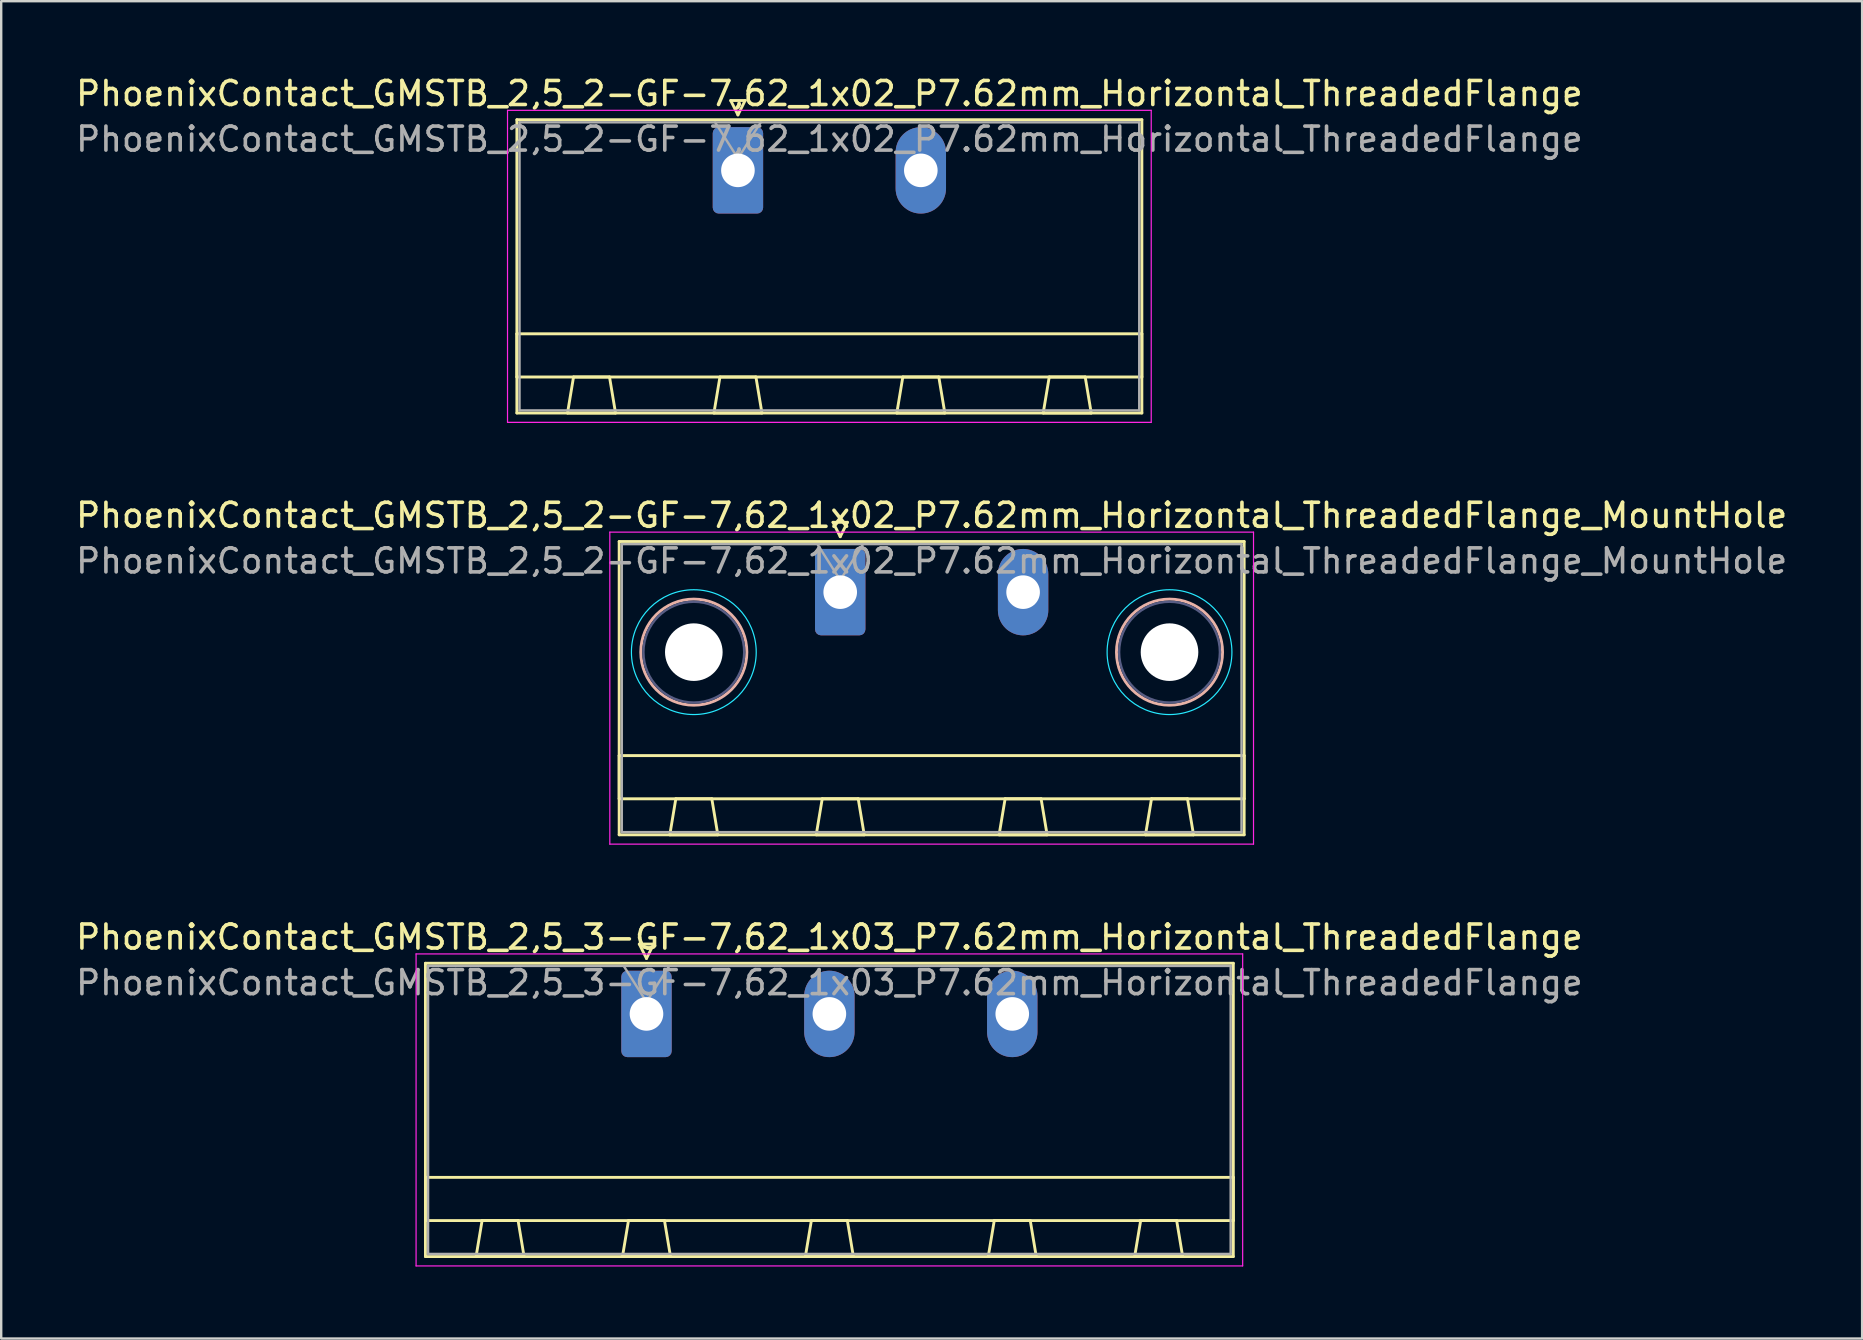
<source format=kicad_pcb>
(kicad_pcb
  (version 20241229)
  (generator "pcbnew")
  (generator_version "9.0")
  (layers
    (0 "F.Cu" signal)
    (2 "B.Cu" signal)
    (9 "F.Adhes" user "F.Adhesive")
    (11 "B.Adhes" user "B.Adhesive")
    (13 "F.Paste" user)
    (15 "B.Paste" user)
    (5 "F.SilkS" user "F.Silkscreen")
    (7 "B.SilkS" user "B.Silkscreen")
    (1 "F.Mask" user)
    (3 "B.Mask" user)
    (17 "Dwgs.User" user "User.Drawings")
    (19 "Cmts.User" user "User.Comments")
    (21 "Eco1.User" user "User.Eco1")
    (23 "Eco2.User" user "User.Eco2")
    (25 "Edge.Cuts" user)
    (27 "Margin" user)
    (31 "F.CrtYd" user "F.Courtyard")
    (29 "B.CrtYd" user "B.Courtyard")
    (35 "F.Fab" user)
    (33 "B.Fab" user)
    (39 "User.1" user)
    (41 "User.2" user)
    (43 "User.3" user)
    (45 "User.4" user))
  (footprint "PhoenixContact_GMSTB_2,5_3-GF-7,62_1x03_P7.62mm_Horizontal_ThreadedFlange"
    (layer "F.Cu")
    (at 23.886 39.195)
    (property "Reference" "PhoenixContact_GMSTB_2,5_3-GF-7,62_1x03_P7.62mm_Horizontal_ThreadedFlange" (at 7.62 -3.2 0) (layer "F.SilkS") (effects (font (size 1 1) (thickness 0.15))))
    (attr through_hole)
    (fp_line (start -9.21 -2.11) (end -9.21 10.11) (stroke (width 0.12) (type solid)) (layer "F.SilkS"))
    (fp_line (start -9.21 6.81) (end 24.45 6.81) (stroke (width 0.12) (type solid)) (layer "F.SilkS"))
    (fp_line (start -9.21 8.61) (end -9.21 6.81) (stroke (width 0.12) (type solid)) (layer "F.SilkS"))
    (fp_line (start -9.21 10.11) (end 24.45 10.11) (stroke (width 0.12) (type solid)) (layer "F.SilkS"))
    (fp_line (start -7.1 10.11) (end -5.1 10.11) (stroke (width 0.12) (type solid)) (layer "F.SilkS"))
    (fp_line (start -6.85 8.61) (end -7.1 10.11) (stroke (width 0.12) (type solid)) (layer "F.SilkS"))
    (fp_line (start -5.35 8.61) (end -6.85 8.61) (stroke (width 0.12) (type solid)) (layer "F.SilkS"))
    (fp_line (start -5.1 10.11) (end -5.35 8.61) (stroke (width 0.12) (type solid)) (layer "F.SilkS"))
    (fp_line (start -1 10.11) (end 1 10.11) (stroke (width 0.12) (type solid)) (layer "F.SilkS"))
    (fp_line (start -0.75 8.61) (end -1 10.11) (stroke (width 0.12) (type solid)) (layer "F.SilkS"))
    (fp_line (start -0.3 -2.91) (end 0.3 -2.91) (stroke (width 0.12) (type solid)) (layer "F.SilkS"))
    (fp_line (start 0 -2.31) (end -0.3 -2.91) (stroke (width 0.12) (type solid)) (layer "F.SilkS"))
    (fp_line (start 0.3 -2.91) (end 0 -2.31) (stroke (width 0.12) (type solid)) (layer "F.SilkS"))
    (fp_line (start 0.75 8.61) (end -0.75 8.61) (stroke (width 0.12) (type solid)) (layer "F.SilkS"))
    (fp_line (start 1 10.11) (end 0.75 8.61) (stroke (width 0.12) (type solid)) (layer "F.SilkS"))
    (fp_line (start 6.62 10.11) (end 8.62 10.11) (stroke (width 0.12) (type solid)) (layer "F.SilkS"))
    (fp_line (start 6.87 8.61) (end 6.62 10.11) (stroke (width 0.12) (type solid)) (layer "F.SilkS"))
    (fp_line (start 8.37 8.61) (end 6.87 8.61) (stroke (width 0.12) (type solid)) (layer "F.SilkS"))
    (fp_line (start 8.62 10.11) (end 8.37 8.61) (stroke (width 0.12) (type solid)) (layer "F.SilkS"))
    (fp_line (start 14.24 10.11) (end 16.24 10.11) (stroke (width 0.12) (type solid)) (layer "F.SilkS"))
    (fp_line (start 14.49 8.61) (end 14.24 10.11) (stroke (width 0.12) (type solid)) (layer "F.SilkS"))
    (fp_line (start 15.99 8.61) (end 14.49 8.61) (stroke (width 0.12) (type solid)) (layer "F.SilkS"))
    (fp_line (start 16.24 10.11) (end 15.99 8.61) (stroke (width 0.12) (type solid)) (layer "F.SilkS"))
    (fp_line (start 20.34 10.11) (end 22.34 10.11) (stroke (width 0.12) (type solid)) (layer "F.SilkS"))
    (fp_line (start 20.59 8.61) (end 20.34 10.11) (stroke (width 0.12) (type solid)) (layer "F.SilkS"))
    (fp_line (start 22.09 8.61) (end 20.59 8.61) (stroke (width 0.12) (type solid)) (layer "F.SilkS"))
    (fp_line (start 22.34 10.11) (end 22.09 8.61) (stroke (width 0.12) (type solid)) (layer "F.SilkS"))
    (fp_line (start 24.45 -2.11) (end -9.21 -2.11) (stroke (width 0.12) (type solid)) (layer "F.SilkS"))
    (fp_line (start 24.45 6.81) (end 24.45 8.61) (stroke (width 0.12) (type solid)) (layer "F.SilkS"))
    (fp_line (start 24.45 8.61) (end -9.21 8.61) (stroke (width 0.12) (type solid)) (layer "F.SilkS"))
    (fp_line (start 24.45 10.11) (end 24.45 -2.11) (stroke (width 0.12) (type solid)) (layer "F.SilkS"))
    (fp_line (start -9.6 -2.5) (end -9.6 10.5) (stroke (width 0.05) (type solid)) (layer "F.CrtYd"))
    (fp_line (start -9.6 10.5) (end 24.84 10.5) (stroke (width 0.05) (type solid)) (layer "F.CrtYd"))
    (fp_line (start 24.84 -2.5) (end -9.6 -2.5) (stroke (width 0.05) (type solid)) (layer "F.CrtYd"))
    (fp_line (start 24.84 10.5) (end 24.84 -2.5) (stroke (width 0.05) (type solid)) (layer "F.CrtYd"))
    (fp_line (start -9.1 -2) (end -9.1 10) (stroke (width 0.1) (type solid)) (layer "F.Fab"))
    (fp_line (start -9.1 10) (end 24.34 10) (stroke (width 0.1) (type solid)) (layer "F.Fab"))
    (fp_line (start 0 -0.5) (end -0.95 -2) (stroke (width 0.1) (type solid)) (layer "F.Fab"))
    (fp_line (start 0.95 -2) (end 0 -0.5) (stroke (width 0.1) (type solid)) (layer "F.Fab"))
    (fp_line (start 24.34 -2) (end -9.1 -2) (stroke (width 0.1) (type solid)) (layer "F.Fab"))
    (fp_line (start 24.34 10) (end 24.34 -2) (stroke (width 0.1) (type solid)) (layer "F.Fab"))
    (fp_text user "${REFERENCE}" (at 7.62 -1.3 0) (layer "F.Fab") (effects (font (size 1 1) (thickness 0.15))))
    (pad "1" thru_hole roundrect (at 0 0) (size 2.1 3.6) (drill 1.4) (layers "*.Cu" "*.Mask") (roundrect_rratio 0.119))
    (pad "2" thru_hole oval (at 7.62 0) (size 2.1 3.6) (drill 1.4) (layers "*.Cu" "*.Mask"))
    (pad "3" thru_hole oval (at 15.24 0) (size 2.1 3.6) (drill 1.4) (layers "*.Cu" "*.Mask")))
  (footprint "PhoenixContact_GMSTB_2,5_2-GF-7,62_1x02_P7.62mm_Horizontal_ThreadedFlange_MountHole"
    (layer "F.Cu")
    (at 31.958 21.622)
    (property "Reference" "PhoenixContact_GMSTB_2,5_2-GF-7,62_1x02_P7.62mm_Horizontal_ThreadedFlange_MountHole" (at 3.81 -3.2 0) (layer "F.SilkS") (effects (font (size 1 1) (thickness 0.15))))
    (attr through_hole)
    (fp_line (start -9.21 -2.11) (end -9.21 10.11) (stroke (width 0.12) (type solid)) (layer "F.SilkS"))
    (fp_line (start -9.21 6.81) (end 16.83 6.81) (stroke (width 0.12) (type solid)) (layer "F.SilkS"))
    (fp_line (start -9.21 8.61) (end -9.21 6.81) (stroke (width 0.12) (type solid)) (layer "F.SilkS"))
    (fp_line (start -9.21 10.11) (end 16.83 10.11) (stroke (width 0.12) (type solid)) (layer "F.SilkS"))
    (fp_line (start -7.1 10.11) (end -5.1 10.11) (stroke (width 0.12) (type solid)) (layer "F.SilkS"))
    (fp_line (start -6.85 8.61) (end -7.1 10.11) (stroke (width 0.12) (type solid)) (layer "F.SilkS"))
    (fp_line (start -5.35 8.61) (end -6.85 8.61) (stroke (width 0.12) (type solid)) (layer "F.SilkS"))
    (fp_line (start -5.1 10.11) (end -5.35 8.61) (stroke (width 0.12) (type solid)) (layer "F.SilkS"))
    (fp_line (start -1 10.11) (end 1 10.11) (stroke (width 0.12) (type solid)) (layer "F.SilkS"))
    (fp_line (start -0.75 8.61) (end -1 10.11) (stroke (width 0.12) (type solid)) (layer "F.SilkS"))
    (fp_line (start -0.3 -2.91) (end 0.3 -2.91) (stroke (width 0.12) (type solid)) (layer "F.SilkS"))
    (fp_line (start 0 -2.31) (end -0.3 -2.91) (stroke (width 0.12) (type solid)) (layer "F.SilkS"))
    (fp_line (start 0.3 -2.91) (end 0 -2.31) (stroke (width 0.12) (type solid)) (layer "F.SilkS"))
    (fp_line (start 0.75 8.61) (end -0.75 8.61) (stroke (width 0.12) (type solid)) (layer "F.SilkS"))
    (fp_line (start 1 10.11) (end 0.75 8.61) (stroke (width 0.12) (type solid)) (layer "F.SilkS"))
    (fp_line (start 6.62 10.11) (end 8.62 10.11) (stroke (width 0.12) (type solid)) (layer "F.SilkS"))
    (fp_line (start 6.87 8.61) (end 6.62 10.11) (stroke (width 0.12) (type solid)) (layer "F.SilkS"))
    (fp_line (start 8.37 8.61) (end 6.87 8.61) (stroke (width 0.12) (type solid)) (layer "F.SilkS"))
    (fp_line (start 8.62 10.11) (end 8.37 8.61) (stroke (width 0.12) (type solid)) (layer "F.SilkS"))
    (fp_line (start 12.72 10.11) (end 14.72 10.11) (stroke (width 0.12) (type solid)) (layer "F.SilkS"))
    (fp_line (start 12.97 8.61) (end 12.72 10.11) (stroke (width 0.12) (type solid)) (layer "F.SilkS"))
    (fp_line (start 14.47 8.61) (end 12.97 8.61) (stroke (width 0.12) (type solid)) (layer "F.SilkS"))
    (fp_line (start 14.72 10.11) (end 14.47 8.61) (stroke (width 0.12) (type solid)) (layer "F.SilkS"))
    (fp_line (start 16.83 -2.11) (end -9.21 -2.11) (stroke (width 0.12) (type solid)) (layer "F.SilkS"))
    (fp_line (start 16.83 6.81) (end 16.83 8.61) (stroke (width 0.12) (type solid)) (layer "F.SilkS"))
    (fp_line (start 16.83 8.61) (end -9.21 8.61) (stroke (width 0.12) (type solid)) (layer "F.SilkS"))
    (fp_line (start 16.83 10.11) (end 16.83 -2.11) (stroke (width 0.12) (type solid)) (layer "F.SilkS"))
    (fp_circle (center -6.1 2.5) (end -3.89 2.5) (stroke (width 0.12) (type solid)) (fill no) (layer "B.SilkS"))
    (fp_circle (center 13.72 2.5) (end 15.93 2.5) (stroke (width 0.12) (type solid)) (fill no) (layer "B.SilkS"))
    (fp_circle (center -6.1 2.5) (end -3.5 2.5) (stroke (width 0.05) (type solid)) (fill no) (layer "B.CrtYd"))
    (fp_circle (center 13.72 2.5) (end 16.32 2.5) (stroke (width 0.05) (type solid)) (fill no) (layer "B.CrtYd"))
    (fp_line (start -9.6 -2.5) (end -9.6 10.5) (stroke (width 0.05) (type solid)) (layer "F.CrtYd"))
    (fp_line (start -9.6 10.5) (end 17.22 10.5) (stroke (width 0.05) (type solid)) (layer "F.CrtYd"))
    (fp_line (start 17.22 -2.5) (end -9.6 -2.5) (stroke (width 0.05) (type solid)) (layer "F.CrtYd"))
    (fp_line (start 17.22 10.5) (end 17.22 -2.5) (stroke (width 0.05) (type solid)) (layer "F.CrtYd"))
    (fp_circle (center -6.1 2.5) (end -4 2.5) (stroke (width 0.1) (type solid)) (fill no) (layer "B.Fab"))
    (fp_circle (center 13.72 2.5) (end 15.82 2.5) (stroke (width 0.1) (type solid)) (fill no) (layer "B.Fab"))
    (fp_line (start -9.1 -2) (end -9.1 10) (stroke (width 0.1) (type solid)) (layer "F.Fab"))
    (fp_line (start -9.1 10) (end 16.72 10) (stroke (width 0.1) (type solid)) (layer "F.Fab"))
    (fp_line (start 0 -0.5) (end -0.95 -2) (stroke (width 0.1) (type solid)) (layer "F.Fab"))
    (fp_line (start 0.95 -2) (end 0 -0.5) (stroke (width 0.1) (type solid)) (layer "F.Fab"))
    (fp_line (start 16.72 -2) (end -9.1 -2) (stroke (width 0.1) (type solid)) (layer "F.Fab"))
    (fp_line (start 16.72 10) (end 16.72 -2) (stroke (width 0.1) (type solid)) (layer "F.Fab"))
    (fp_text user "${REFERENCE}" (at 3.81 -1.3 0) (layer "F.Fab") (effects (font (size 1 1) (thickness 0.15))))
    (pad "" np_thru_hole circle (at -6.1 2.5) (size 2.4 2.4) (drill 2.4) (layers "*.Cu" "*.Mask"))
    (pad "" np_thru_hole circle (at 13.72 2.5) (size 2.4 2.4) (drill 2.4) (layers "*.Cu" "*.Mask"))
    (pad "1" thru_hole roundrect (at 0 0) (size 2.1 3.6) (drill 1.4) (layers "*.Cu" "*.Mask") (roundrect_rratio 0.119))
    (pad "2" thru_hole oval (at 7.62 0) (size 2.1 3.6) (drill 1.4) (layers "*.Cu" "*.Mask")))
  (footprint "PhoenixContact_GMSTB_2,5_2-GF-7,62_1x02_P7.62mm_Horizontal_ThreadedFlange"
    (layer "F.Cu")
    (at 27.696 4.048)
    (property "Reference" "PhoenixContact_GMSTB_2,5_2-GF-7,62_1x02_P7.62mm_Horizontal_ThreadedFlange" (at 3.81 -3.2 0) (layer "F.SilkS") (effects (font (size 1 1) (thickness 0.15))))
    (attr through_hole)
    (fp_line (start -9.21 -2.11) (end -9.21 10.11) (stroke (width 0.12) (type solid)) (layer "F.SilkS"))
    (fp_line (start -9.21 6.81) (end 16.83 6.81) (stroke (width 0.12) (type solid)) (layer "F.SilkS"))
    (fp_line (start -9.21 8.61) (end -9.21 6.81) (stroke (width 0.12) (type solid)) (layer "F.SilkS"))
    (fp_line (start -9.21 10.11) (end 16.83 10.11) (stroke (width 0.12) (type solid)) (layer "F.SilkS"))
    (fp_line (start -7.1 10.11) (end -5.1 10.11) (stroke (width 0.12) (type solid)) (layer "F.SilkS"))
    (fp_line (start -6.85 8.61) (end -7.1 10.11) (stroke (width 0.12) (type solid)) (layer "F.SilkS"))
    (fp_line (start -5.35 8.61) (end -6.85 8.61) (stroke (width 0.12) (type solid)) (layer "F.SilkS"))
    (fp_line (start -5.1 10.11) (end -5.35 8.61) (stroke (width 0.12) (type solid)) (layer "F.SilkS"))
    (fp_line (start -1 10.11) (end 1 10.11) (stroke (width 0.12) (type solid)) (layer "F.SilkS"))
    (fp_line (start -0.75 8.61) (end -1 10.11) (stroke (width 0.12) (type solid)) (layer "F.SilkS"))
    (fp_line (start -0.3 -2.91) (end 0.3 -2.91) (stroke (width 0.12) (type solid)) (layer "F.SilkS"))
    (fp_line (start 0 -2.31) (end -0.3 -2.91) (stroke (width 0.12) (type solid)) (layer "F.SilkS"))
    (fp_line (start 0.3 -2.91) (end 0 -2.31) (stroke (width 0.12) (type solid)) (layer "F.SilkS"))
    (fp_line (start 0.75 8.61) (end -0.75 8.61) (stroke (width 0.12) (type solid)) (layer "F.SilkS"))
    (fp_line (start 1 10.11) (end 0.75 8.61) (stroke (width 0.12) (type solid)) (layer "F.SilkS"))
    (fp_line (start 6.62 10.11) (end 8.62 10.11) (stroke (width 0.12) (type solid)) (layer "F.SilkS"))
    (fp_line (start 6.87 8.61) (end 6.62 10.11) (stroke (width 0.12) (type solid)) (layer "F.SilkS"))
    (fp_line (start 8.37 8.61) (end 6.87 8.61) (stroke (width 0.12) (type solid)) (layer "F.SilkS"))
    (fp_line (start 8.62 10.11) (end 8.37 8.61) (stroke (width 0.12) (type solid)) (layer "F.SilkS"))
    (fp_line (start 12.72 10.11) (end 14.72 10.11) (stroke (width 0.12) (type solid)) (layer "F.SilkS"))
    (fp_line (start 12.97 8.61) (end 12.72 10.11) (stroke (width 0.12) (type solid)) (layer "F.SilkS"))
    (fp_line (start 14.47 8.61) (end 12.97 8.61) (stroke (width 0.12) (type solid)) (layer "F.SilkS"))
    (fp_line (start 14.72 10.11) (end 14.47 8.61) (stroke (width 0.12) (type solid)) (layer "F.SilkS"))
    (fp_line (start 16.83 -2.11) (end -9.21 -2.11) (stroke (width 0.12) (type solid)) (layer "F.SilkS"))
    (fp_line (start 16.83 6.81) (end 16.83 8.61) (stroke (width 0.12) (type solid)) (layer "F.SilkS"))
    (fp_line (start 16.83 8.61) (end -9.21 8.61) (stroke (width 0.12) (type solid)) (layer "F.SilkS"))
    (fp_line (start 16.83 10.11) (end 16.83 -2.11) (stroke (width 0.12) (type solid)) (layer "F.SilkS"))
    (fp_line (start -9.6 -2.5) (end -9.6 10.5) (stroke (width 0.05) (type solid)) (layer "F.CrtYd"))
    (fp_line (start -9.6 10.5) (end 17.22 10.5) (stroke (width 0.05) (type solid)) (layer "F.CrtYd"))
    (fp_line (start 17.22 -2.5) (end -9.6 -2.5) (stroke (width 0.05) (type solid)) (layer "F.CrtYd"))
    (fp_line (start 17.22 10.5) (end 17.22 -2.5) (stroke (width 0.05) (type solid)) (layer "F.CrtYd"))
    (fp_line (start -9.1 -2) (end -9.1 10) (stroke (width 0.1) (type solid)) (layer "F.Fab"))
    (fp_line (start -9.1 10) (end 16.72 10) (stroke (width 0.1) (type solid)) (layer "F.Fab"))
    (fp_line (start 0 -0.5) (end -0.95 -2) (stroke (width 0.1) (type solid)) (layer "F.Fab"))
    (fp_line (start 0.95 -2) (end 0 -0.5) (stroke (width 0.1) (type solid)) (layer "F.Fab"))
    (fp_line (start 16.72 -2) (end -9.1 -2) (stroke (width 0.1) (type solid)) (layer "F.Fab"))
    (fp_line (start 16.72 10) (end 16.72 -2) (stroke (width 0.1) (type solid)) (layer "F.Fab"))
    (fp_text user "${REFERENCE}" (at 3.81 -1.3 0) (layer "F.Fab") (effects (font (size 1 1) (thickness 0.15))))
    (pad "1" thru_hole roundrect (at 0 0) (size 2.1 3.6) (drill 1.4) (layers "*.Cu" "*.Mask") (roundrect_rratio 0.119))
    (pad "2" thru_hole oval (at 7.62 0) (size 2.1 3.6) (drill 1.4) (layers "*.Cu" "*.Mask")))
  (gr_rect
    (start -3 -3)
    (end 74.536 52.72)
    (stroke (width 0.1) (type default))
    (fill no)
    (layer "Edge.Cuts")))
</source>
